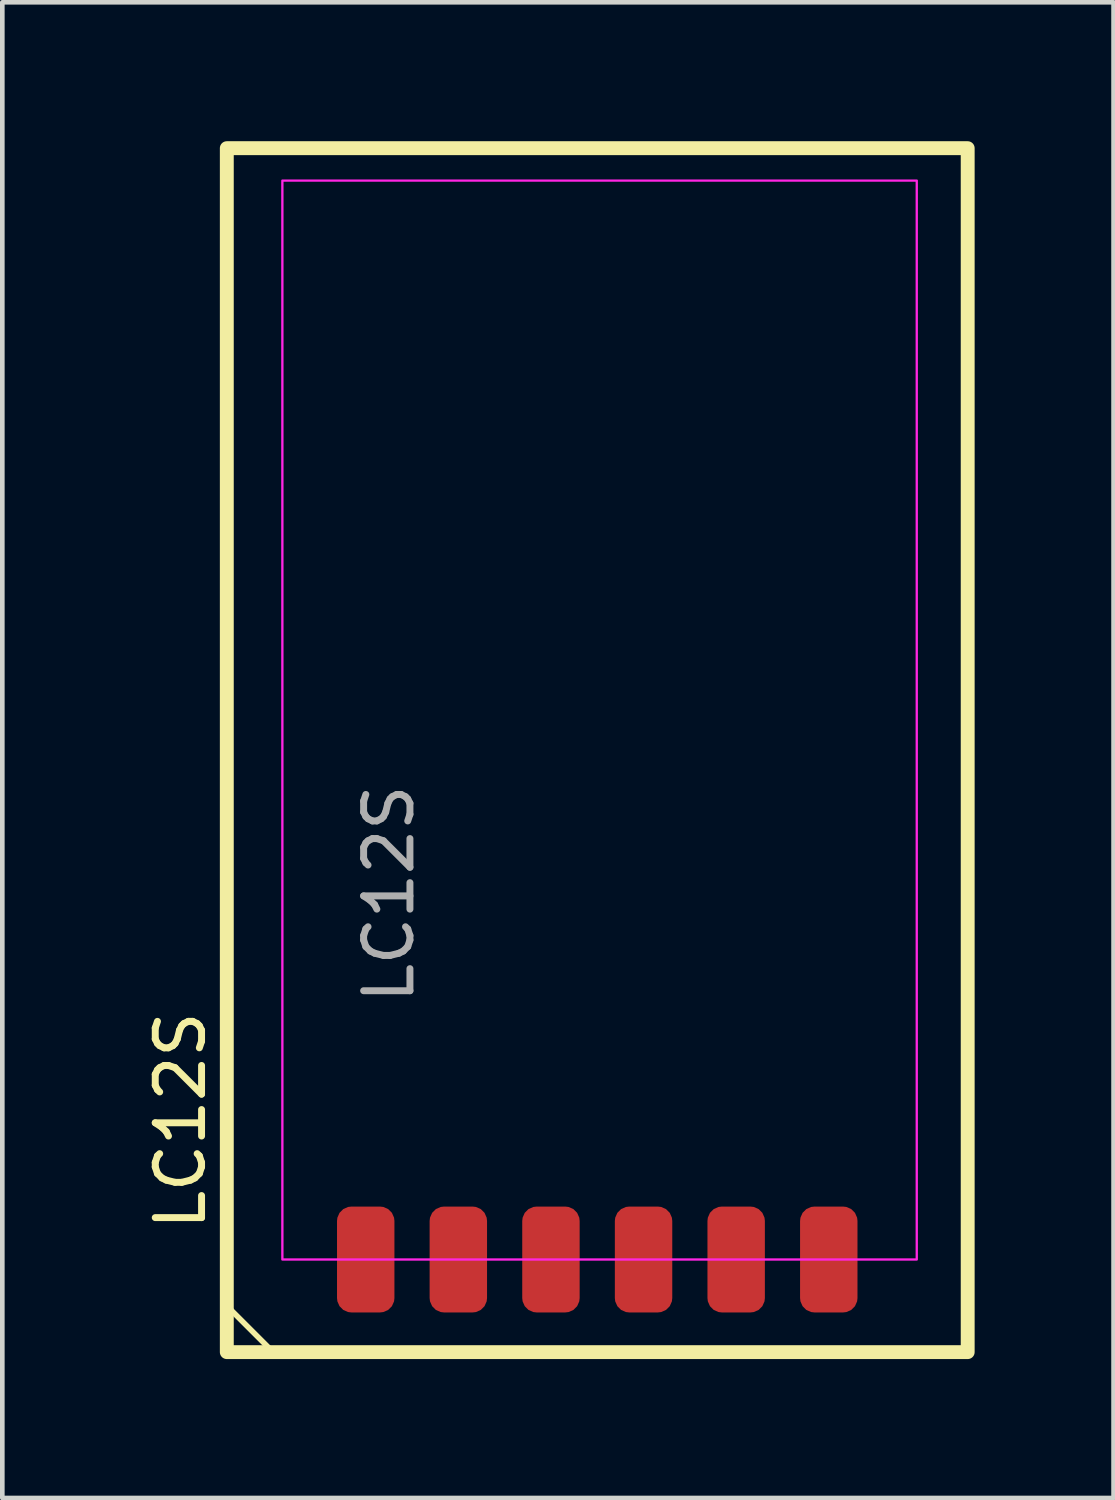
<source format=kicad_pcb>
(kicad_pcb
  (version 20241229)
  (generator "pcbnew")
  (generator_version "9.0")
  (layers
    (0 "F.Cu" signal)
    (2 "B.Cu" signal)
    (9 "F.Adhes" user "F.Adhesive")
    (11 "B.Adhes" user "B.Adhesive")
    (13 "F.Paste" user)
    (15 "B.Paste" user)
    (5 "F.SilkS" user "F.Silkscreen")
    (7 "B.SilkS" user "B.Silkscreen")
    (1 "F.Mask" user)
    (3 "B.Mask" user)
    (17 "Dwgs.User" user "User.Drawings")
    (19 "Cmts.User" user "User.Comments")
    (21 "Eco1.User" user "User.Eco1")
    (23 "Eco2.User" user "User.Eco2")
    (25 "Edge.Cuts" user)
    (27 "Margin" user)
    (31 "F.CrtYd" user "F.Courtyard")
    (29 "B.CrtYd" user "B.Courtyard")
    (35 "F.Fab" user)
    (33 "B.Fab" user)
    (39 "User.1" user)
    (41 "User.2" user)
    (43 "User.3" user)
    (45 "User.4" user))
  (footprint "LC12S"
    (layer "F.Cu")
    (at 3.848 24.15)
    (property "Reference" "LC12S" (at -3 -3 90) (unlocked yes) (layer "F.SilkS") (effects (font (size 1 1) (thickness 0.15))))
    (attr smd)
    (fp_line (start -2 1) (end -2 2) (stroke (width 0.12) (type default)) (layer "F.SilkS"))
    (fp_line (start -2 2) (end -1 2) (stroke (width 0.12) (type default)) (layer "F.SilkS"))
    (fp_line (start -1 2) (end -2 1) (stroke (width 0.12) (type default)) (layer "F.SilkS"))
    (fp_rect (start -2 -24) (end 14 2) (stroke (width 0.3) (type default)) (fill no) (layer "F.SilkS"))
    (fp_rect (start -0.8 -23.3) (end 12.9 0) (stroke (width 0.05) (type default)) (fill no) (layer "F.CrtYd"))
    (fp_text user "${REFERENCE}" (at 1.5 -7.9 90) (unlocked yes) (layer "F.Fab") (effects (font (size 1 1) (thickness 0.15))))
    (pad "1" connect roundrect (at 1 0 90) (size 2.286 1.24) (layers "F.Cu" "F.Mask") (roundrect_rratio 0.25))
    (pad "2" connect roundrect (at 3 0 90) (size 2.286 1.24) (layers "F.Cu" "F.Mask") (roundrect_rratio 0.25))
    (pad "3" connect roundrect (at 5 0 90) (size 2.286 1.24) (layers "F.Cu" "F.Mask") (roundrect_rratio 0.25))
    (pad "4" connect roundrect (at 7 0 90) (size 2.286 1.24) (layers "F.Cu" "F.Mask") (roundrect_rratio 0.25))
    (pad "5" connect roundrect (at 9 0 90) (size 2.286 1.24) (layers "F.Cu" "F.Mask") (roundrect_rratio 0.25))
    (pad "6" connect roundrect (at 11 0 90) (size 2.286 1.24) (layers "F.Cu" "F.Mask") (roundrect_rratio 0.25))
    (zone (net_name "") (layers "F.Cu" "F.CrtYd") (hatch edge 0.5) (connect_pads) (min_thickness 0.25) (filled_areas_thickness no) (keepout (tracks not_allowed) (vias not_allowed) (pads not_allowed) (copperpour not_allowed) (footprints allowed)) (placement (enabled no)) (fill) (polygon (pts (xy 3.048 0.85) (xy 3.048 8.25) (xy 16.748 8.25) (xy 16.748 0.85)))))
  (gr_rect
    (start -3 -3)
    (end 20.998 29.3)
    (stroke (width 0.1) (type default))
    (fill no)
    (layer "Edge.Cuts")))
</source>
